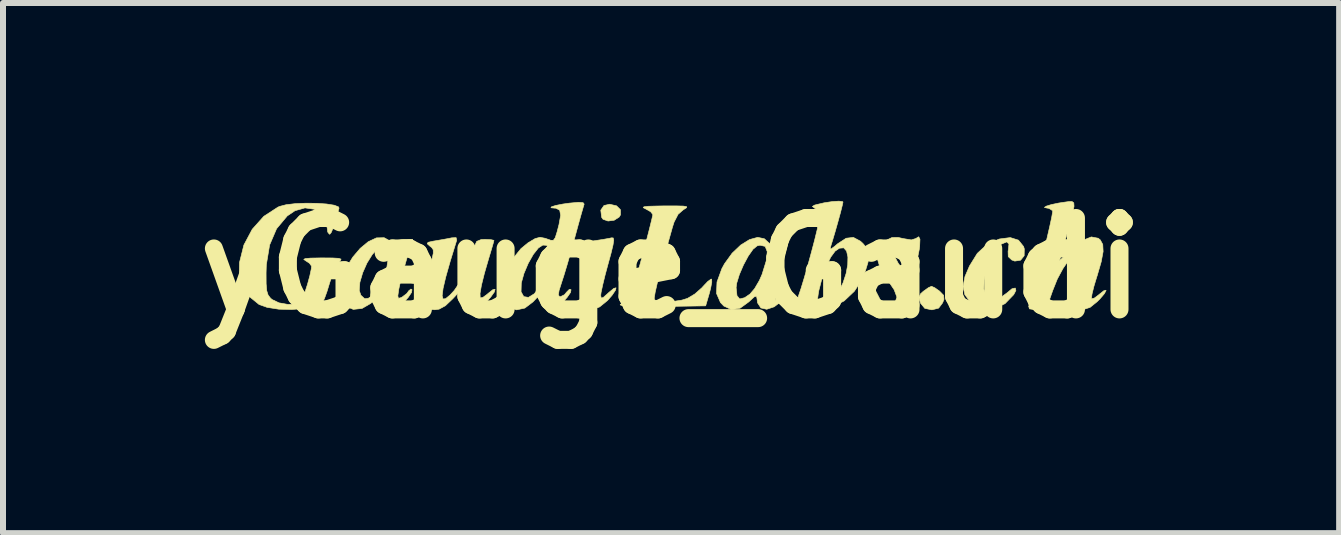
<source format=kicad_pcb>
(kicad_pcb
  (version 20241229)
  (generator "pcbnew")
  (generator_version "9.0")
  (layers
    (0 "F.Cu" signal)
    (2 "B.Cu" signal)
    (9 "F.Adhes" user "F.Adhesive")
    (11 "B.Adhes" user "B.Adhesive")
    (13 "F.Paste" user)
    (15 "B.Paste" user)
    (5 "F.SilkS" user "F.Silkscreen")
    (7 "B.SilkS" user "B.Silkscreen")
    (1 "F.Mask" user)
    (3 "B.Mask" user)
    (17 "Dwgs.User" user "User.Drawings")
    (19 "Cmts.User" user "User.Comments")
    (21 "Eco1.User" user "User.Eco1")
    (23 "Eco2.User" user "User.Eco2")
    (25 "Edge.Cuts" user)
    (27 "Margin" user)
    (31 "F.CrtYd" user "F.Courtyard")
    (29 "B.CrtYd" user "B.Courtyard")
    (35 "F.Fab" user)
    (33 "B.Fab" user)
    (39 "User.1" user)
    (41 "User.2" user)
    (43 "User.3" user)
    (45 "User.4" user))
  (footprint "yGauge_Gaudi"
    (layer "F.Cu")
    (at 8.135 1.418)
    (property "Reference" "yGauge_Gaudi" (at 0 0 0) (layer "F.SilkS") (effects (font (size 1.524 1.524) (thickness 0.3))))
    (attr through_hole)
    (fp_poly (pts (xy -0.908 -1.037) (xy -0.843 -0.972) (xy -0.843 -0.886) (xy -0.865 -0.85) (xy -0.948 -0.797) (xy -1.05 -0.784) (xy -1.133 -0.813) (xy -1.156 -0.844) (xy -1.171 -0.965) (xy -1.118 -1.042) (xy -1.024 -1.064) (xy -0.908 -1.037)) (stroke (width 0.01) (type solid)) (fill yes) (layer "F.SilkS"))
    (fp_poly (pts (xy 4.397 0.329) (xy 4.477 0.386) (xy 4.544 0.455) (xy 4.549 0.523) (xy 4.526 0.581) (xy 4.46 0.668) (xy 4.353 0.695) (xy 4.342 0.695) (xy 4.23 0.672) (xy 4.162 0.59) (xy 4.158 0.581) (xy 4.13 0.492) (xy 4.159 0.429) (xy 4.207 0.386) (xy 4.29 0.327) (xy 4.342 0.304) (xy 4.397 0.329)) (stroke (width 0.01) (type solid)) (fill yes) (layer "F.SilkS"))
    (fp_poly (pts (xy -0.964 -0.502) (xy -0.955 -0.467) (xy -0.967 -0.385) (xy -1.001 -0.244) (xy -1.047 -0.077) (xy -1.099 0.116) (xy -1.14 0.284) (xy -1.166 0.406) (xy -1.172 0.453) (xy -1.165 0.499) (xy -1.132 0.492) (xy -1.059 0.428) (xy -1.042 0.412) (xy -0.956 0.34) (xy -0.917 0.329) (xy -0.926 0.369) (xy -0.98 0.45) (xy -1.058 0.54) (xy -1.191 0.648) (xy -1.317 0.694) (xy -1.421 0.673) (xy -1.471 0.618) (xy -1.484 0.538) (xy -1.464 0.398) (xy -1.411 0.19) (xy -1.407 0.179) (xy -1.347 -0.039) (xy -1.315 -0.189) (xy -1.31 -0.286) (xy -1.333 -0.345) (xy -1.384 -0.38) (xy -1.4 -0.387) (xy -1.445 -0.41) (xy -1.427 -0.428) (xy -1.335 -0.447) (xy -1.281 -0.455) (xy -1.14 -0.476) (xy -1.027 -0.496) (xy -0.993 -0.504) (xy -0.964 -0.502)) (stroke (width 0.01) (type solid)) (fill yes) (layer "F.SilkS"))
    (fp_poly (pts (xy 5.791 -0.465) (xy 5.876 -0.359) (xy 5.888 -0.32) (xy 5.886 -0.205) (xy 5.826 -0.131) (xy 5.73 -0.116) (xy 5.679 -0.135) (xy 5.621 -0.19) (xy 5.618 -0.281) (xy 5.623 -0.307) (xy 5.632 -0.401) (xy 5.599 -0.434) (xy 5.59 -0.434) (xy 5.494 -0.394) (xy 5.401 -0.29) (xy 5.319 -0.141) (xy 5.255 0.03) (xy 5.218 0.201) (xy 5.214 0.351) (xy 5.253 0.458) (xy 5.262 0.469) (xy 5.366 0.518) (xy 5.489 0.495) (xy 5.6 0.414) (xy 5.683 0.345) (xy 5.738 0.333) (xy 5.748 0.374) (xy 5.712 0.443) (xy 5.567 0.593) (xy 5.397 0.674) (xy 5.222 0.686) (xy 5.058 0.623) (xy 4.99 0.568) (xy 4.897 0.444) (xy 4.867 0.307) (xy 4.899 0.142) (xy 4.975 -0.035) (xy 5.105 -0.245) (xy 5.258 -0.387) (xy 5.455 -0.478) (xy 5.477 -0.485) (xy 5.655 -0.508) (xy 5.791 -0.465)) (stroke (width 0.01) (type solid)) (fill yes) (layer "F.SilkS"))
    (fp_poly (pts (xy 4.149 -0.481) (xy 4.144 -0.363) (xy 4.138 -0.314) (xy 4.112 -0.183) (xy 4.078 -0.138) (xy 4.034 -0.177) (xy 3.995 -0.259) (xy 3.922 -0.367) (xy 3.828 -0.424) (xy 3.736 -0.414) (xy 3.734 -0.413) (xy 3.692 -0.341) (xy 3.711 -0.225) (xy 3.787 -0.08) (xy 3.838 -0.011) (xy 3.965 0.176) (xy 4.018 0.33) (xy 4.001 0.463) (xy 3.988 0.489) (xy 3.912 0.599) (xy 3.813 0.66) (xy 3.667 0.683) (xy 3.539 0.683) (xy 3.278 0.673) (xy 3.293 0.51) (xy 3.317 0.377) (xy 3.354 0.329) (xy 3.403 0.366) (xy 3.45 0.457) (xy 3.503 0.56) (xy 3.562 0.6) (xy 3.635 0.6) (xy 3.737 0.563) (xy 3.765 0.484) (xy 3.719 0.361) (xy 3.628 0.227) (xy 3.49 0.014) (xy 3.434 -0.17) (xy 3.459 -0.324) (xy 3.565 -0.448) (xy 3.587 -0.463) (xy 3.683 -0.509) (xy 3.787 -0.51) (xy 3.866 -0.492) (xy 4.005 -0.469) (xy 4.079 -0.492) (xy 4.128 -0.522) (xy 4.149 -0.481)) (stroke (width 0.01) (type solid)) (fill yes) (layer "F.SilkS"))
    (fp_poly (pts (xy 0.205 -1.033) (xy 0.259 -1.024) (xy 0.26 -1.007) (xy 0.218 -0.98) (xy 0.207 -0.974) (xy 0.118 -0.897) (xy 0.051 -0.767) (xy 0.024 -0.683) (xy -0.084 -0.298) (xy -0.167 0.008) (xy -0.227 0.24) (xy -0.264 0.401) (xy -0.28 0.497) (xy -0.278 0.528) (xy -0.218 0.555) (xy -0.102 0.564) (xy 0.041 0.556) (xy 0.182 0.534) (xy 0.275 0.505) (xy 0.397 0.432) (xy 0.517 0.326) (xy 0.536 0.304) (xy 0.613 0.223) (xy 0.667 0.184) (xy 0.677 0.185) (xy 0.679 0.236) (xy 0.659 0.342) (xy 0.639 0.419) (xy 0.577 0.63) (xy -0.149 0.641) (xy -0.452 0.644) (xy -0.669 0.64) (xy -0.801 0.63) (xy -0.848 0.614) (xy -0.847 0.609) (xy -0.784 0.567) (xy -0.761 0.564) (xy -0.709 0.527) (xy -0.661 0.437) (xy -0.656 0.423) (xy -0.621 0.306) (xy -0.573 0.139) (xy -0.518 -0.058) (xy -0.461 -0.269) (xy -0.406 -0.474) (xy -0.359 -0.656) (xy -0.324 -0.798) (xy -0.305 -0.88) (xy -0.304 -0.892) (xy -0.34 -0.939) (xy -0.423 -0.986) (xy -0.464 -1.007) (xy -0.452 -1.021) (xy -0.378 -1.03) (xy -0.231 -1.034) (xy -0.109 -1.036) (xy 0.086 -1.036) (xy 0.205 -1.033)) (stroke (width 0.01) (type solid)) (fill yes) (layer "F.SilkS"))
    (fp_poly (pts (xy -4.687 -0.454) (xy -4.625 -0.413) (xy -4.602 -0.427) (xy -4.564 -0.461) (xy -4.469 -0.477) (xy -4.454 -0.478) (xy -4.305 -0.478) (xy -4.408 -0.146) (xy -4.461 0.039) (xy -4.508 0.215) (xy -4.537 0.348) (xy -4.539 0.358) (xy -4.554 0.465) (xy -4.544 0.504) (xy -4.501 0.493) (xy -4.48 0.482) (xy -4.402 0.422) (xy -4.373 0.38) (xy -4.336 0.35) (xy -4.318 0.359) (xy -4.325 0.406) (xy -4.381 0.489) (xy -4.431 0.545) (xy -4.568 0.653) (xy -4.693 0.686) (xy -4.795 0.645) (xy -4.842 0.58) (xy -4.888 0.488) (xy -5.008 0.591) (xy -5.15 0.673) (xy -5.296 0.689) (xy -5.419 0.638) (xy -5.442 0.615) (xy -5.509 0.489) (xy -5.516 0.374) (xy -5.197 0.374) (xy -5.17 0.453) (xy -5.107 0.511) (xy -5.046 0.504) (xy -4.986 0.463) (xy -4.889 0.352) (xy -4.802 0.187) (xy -4.739 0.001) (xy -4.713 -0.171) (xy -4.717 -0.294) (xy -4.74 -0.353) (xy -4.789 -0.369) (xy -4.796 -0.369) (xy -4.885 -0.33) (xy -4.979 -0.227) (xy -5.068 -0.084) (xy -5.14 0.079) (xy -5.187 0.239) (xy -5.197 0.374) (xy -5.516 0.374) (xy -5.519 0.333) (xy -5.482 0.161) (xy -5.408 -0.016) (xy -5.304 -0.183) (xy -5.181 -0.328) (xy -5.047 -0.439) (xy -4.911 -0.503) (xy -4.782 -0.506) (xy -4.687 -0.454)) (stroke (width 0.01) (type solid)) (fill yes) (layer "F.SilkS"))
    (fp_poly (pts (xy 1.556 -0.488) (xy 1.597 -0.45) (xy 1.652 -0.4) (xy 1.68 -0.423) (xy 1.727 -0.457) (xy 1.813 -0.475) (xy 1.9 -0.476) (xy 1.951 -0.455) (xy 1.954 -0.445) (xy 1.942 -0.391) (xy 1.909 -0.276) (xy 1.863 -0.121) (xy 1.846 -0.065) (xy 1.795 0.113) (xy 1.757 0.276) (xy 1.738 0.392) (xy 1.737 0.409) (xy 1.737 0.536) (xy 1.845 0.434) (xy 1.934 0.364) (xy 1.975 0.356) (xy 1.969 0.398) (xy 1.912 0.479) (xy 1.855 0.541) (xy 1.719 0.646) (xy 1.595 0.687) (xy 1.498 0.665) (xy 1.442 0.58) (xy 1.433 0.509) (xy 1.424 0.468) (xy 1.387 0.48) (xy 1.308 0.552) (xy 1.299 0.561) (xy 1.151 0.669) (xy 1.009 0.693) (xy 0.88 0.633) (xy 0.824 0.575) (xy 0.758 0.423) (xy 0.762 0.325) (xy 1.085 0.325) (xy 1.099 0.46) (xy 1.144 0.515) (xy 1.227 0.494) (xy 1.316 0.433) (xy 1.393 0.343) (xy 1.473 0.206) (xy 1.517 0.106) (xy 1.586 -0.117) (xy 1.604 -0.272) (xy 1.569 -0.361) (xy 1.483 -0.381) (xy 1.435 -0.37) (xy 1.367 -0.314) (xy 1.287 -0.2) (xy 1.207 -0.051) (xy 1.139 0.107) (xy 1.095 0.25) (xy 1.085 0.325) (xy 0.762 0.325) (xy 0.766 0.232) (xy 0.847 0.01) (xy 0.891 -0.071) (xy 1.018 -0.247) (xy 1.162 -0.384) (xy 1.309 -0.475) (xy 1.445 -0.512) (xy 1.556 -0.488)) (stroke (width 0.01) (type solid)) (fill yes) (layer "F.SilkS"))
    (fp_poly (pts (xy -3.573 -0.465) (xy -3.578 -0.447) (xy -3.682 -0.109) (xy -3.756 0.152) (xy -3.8 0.34) (xy -3.815 0.46) (xy -3.801 0.515) (xy -3.758 0.511) (xy -3.685 0.451) (xy -3.613 0.373) (xy -3.511 0.223) (xy -3.408 0.018) (xy -3.319 -0.214) (xy -3.275 -0.367) (xy -3.239 -0.445) (xy -3.165 -0.475) (xy -3.1 -0.478) (xy -3.001 -0.473) (xy -2.953 -0.462) (xy -2.952 -0.46) (xy -2.964 -0.413) (xy -2.995 -0.307) (xy -3.037 -0.167) (xy -3.11 0.084) (xy -3.16 0.284) (xy -3.184 0.424) (xy -3.181 0.494) (xy -3.179 0.498) (xy -3.134 0.488) (xy -3.059 0.433) (xy -3.054 0.427) (xy -2.969 0.36) (xy -2.933 0.354) (xy -2.945 0.399) (xy -3.006 0.484) (xy -3.053 0.538) (xy -3.186 0.644) (xy -3.313 0.69) (xy -3.419 0.679) (xy -3.489 0.614) (xy -3.506 0.498) (xy -3.497 0.446) (xy -3.484 0.384) (xy -3.497 0.371) (xy -3.547 0.414) (xy -3.637 0.51) (xy -3.761 0.628) (xy -3.866 0.685) (xy -3.937 0.695) (xy -4.039 0.686) (xy -4.096 0.666) (xy -4.122 0.586) (xy -4.119 0.441) (xy -4.088 0.247) (xy -4.031 0.019) (xy -4.031 0.017) (xy -3.985 -0.146) (xy -3.963 -0.246) (xy -3.964 -0.305) (xy -3.989 -0.342) (xy -4.02 -0.366) (xy -4.064 -0.405) (xy -4.05 -0.429) (xy -3.966 -0.448) (xy -3.929 -0.454) (xy -3.789 -0.478) (xy -3.669 -0.501) (xy -3.655 -0.504) (xy -3.582 -0.507) (xy -3.573 -0.465)) (stroke (width 0.01) (type solid)) (fill yes) (layer "F.SilkS"))
    (fp_poly (pts (xy 2.86 -1.107) (xy 2.866 -1.1) (xy 2.854 -1.044) (xy 2.825 -0.928) (xy 2.783 -0.775) (xy 2.736 -0.609) (xy 2.69 -0.454) (xy 2.669 -0.387) (xy 2.653 -0.327) (xy 2.667 -0.318) (xy 2.727 -0.362) (xy 2.776 -0.404) (xy 2.918 -0.497) (xy 3.039 -0.511) (xy 3.157 -0.448) (xy 3.199 -0.409) (xy 3.267 -0.328) (xy 3.293 -0.245) (xy 3.287 -0.124) (xy 3.283 -0.096) (xy 3.207 0.155) (xy 3.056 0.386) (xy 2.886 0.547) (xy 2.724 0.634) (xy 2.538 0.683) (xy 2.356 0.688) (xy 2.208 0.647) (xy 2.183 0.631) (xy 2.116 0.56) (xy 2.117 0.539) (xy 2.439 0.539) (xy 2.451 0.592) (xy 2.495 0.607) (xy 2.514 0.608) (xy 2.611 0.578) (xy 2.696 0.517) (xy 2.792 0.394) (xy 2.866 0.249) (xy 2.917 0.095) (xy 2.945 -0.054) (xy 2.948 -0.184) (xy 2.926 -0.283) (xy 2.879 -0.337) (xy 2.806 -0.331) (xy 2.735 -0.282) (xy 2.661 -0.181) (xy 2.585 -0.021) (xy 2.516 0.172) (xy 2.464 0.372) (xy 2.455 0.423) (xy 2.439 0.539) (xy 2.117 0.539) (xy 2.12 0.477) (xy 2.124 0.465) (xy 2.166 0.342) (xy 2.219 0.168) (xy 2.278 -0.037) (xy 2.337 -0.253) (xy 2.392 -0.461) (xy 2.436 -0.641) (xy 2.466 -0.775) (xy 2.475 -0.84) (xy 2.449 -0.939) (xy 2.403 -0.991) (xy 2.356 -1.026) (xy 2.389 -1.048) (xy 2.414 -1.055) (xy 2.549 -1.087) (xy 2.686 -1.108) (xy 2.798 -1.115) (xy 2.86 -1.107)) (stroke (width 0.01) (type solid)) (fill yes) (layer "F.SilkS"))
    (fp_poly (pts (xy -5.906 -1.079) (xy -5.743 -1.068) (xy -5.615 -1.048) (xy -5.543 -1.02) (xy -5.534 -0.999) (xy -5.591 -0.798) (xy -5.633 -0.669) (xy -5.662 -0.596) (xy -5.685 -0.567) (xy -5.695 -0.564) (xy -5.723 -0.601) (xy -5.731 -0.667) (xy -5.758 -0.773) (xy -5.821 -0.884) (xy -5.946 -0.98) (xy -6.101 -1.003) (xy -6.268 -0.956) (xy -6.397 -0.869) (xy -6.575 -0.656) (xy -6.691 -0.385) (xy -6.746 -0.054) (xy -6.75 0.08) (xy -6.749 0.261) (xy -6.739 0.377) (xy -6.716 0.45) (xy -6.676 0.502) (xy -6.649 0.525) (xy -6.534 0.58) (xy -6.387 0.606) (xy -6.247 0.599) (xy -6.18 0.575) (xy -6.148 0.522) (xy -6.105 0.412) (xy -6.06 0.272) (xy -6.021 0.13) (xy -5.996 0.013) (xy -5.992 -0.032) (xy -6.026 -0.08) (xy -6.089 -0.121) (xy -6.122 -0.144) (xy -6.098 -0.158) (xy -6.008 -0.166) (xy -5.841 -0.169) (xy -5.818 -0.169) (xy -5.642 -0.168) (xy -5.54 -0.162) (xy -5.5 -0.149) (xy -5.511 -0.125) (xy -5.527 -0.112) (xy -5.577 -0.042) (xy -5.636 0.085) (xy -5.689 0.242) (xy -5.689 0.242) (xy -5.735 0.392) (xy -5.777 0.508) (xy -5.806 0.566) (xy -5.806 0.566) (xy -5.928 0.63) (xy -6.108 0.672) (xy -6.319 0.691) (xy -6.536 0.686) (xy -6.733 0.655) (xy -6.867 0.607) (xy -7.029 0.475) (xy -7.142 0.286) (xy -7.196 0.063) (xy -7.193 -0.093) (xy -7.12 -0.384) (xy -6.981 -0.646) (xy -6.788 -0.862) (xy -6.553 -1.015) (xy -6.526 -1.027) (xy -6.415 -1.056) (xy -6.262 -1.074) (xy -6.086 -1.081) (xy -5.906 -1.079)) (stroke (width 0.01) (type solid)) (fill yes) (layer "F.SilkS"))
    (fp_poly (pts (xy 6.713 -1.087) (xy 6.717 -1.03) (xy 6.698 -0.926) (xy 6.655 -0.764) (xy 6.589 -0.53) (xy 6.583 -0.507) (xy 6.476 -0.125) (xy 6.688 -0.323) (xy 6.862 -0.461) (xy 7.005 -0.519) (xy 7.12 -0.497) (xy 7.155 -0.469) (xy 7.196 -0.393) (xy 7.202 -0.275) (xy 7.17 -0.104) (xy 7.101 0.133) (xy 7.096 0.147) (xy 7.048 0.306) (xy 7.017 0.432) (xy 7.007 0.504) (xy 7.01 0.511) (xy 7.054 0.502) (xy 7.13 0.445) (xy 7.143 0.434) (xy 7.214 0.378) (xy 7.25 0.37) (xy 7.251 0.375) (xy 7.222 0.428) (xy 7.149 0.514) (xy 7.104 0.559) (xy 6.985 0.655) (xy 6.881 0.689) (xy 6.833 0.687) (xy 6.75 0.662) (xy 6.705 0.603) (xy 6.697 0.498) (xy 6.726 0.337) (xy 6.792 0.108) (xy 6.794 0.099) (xy 6.843 -0.067) (xy 6.877 -0.199) (xy 6.89 -0.278) (xy 6.888 -0.291) (xy 6.823 -0.303) (xy 6.735 -0.248) (xy 6.635 -0.14) (xy 6.532 0.009) (xy 6.438 0.184) (xy 6.362 0.374) (xy 6.356 0.391) (xy 6.3 0.549) (xy 6.246 0.64) (xy 6.176 0.683) (xy 6.074 0.694) (xy 6.063 0.694) (xy 5.974 0.68) (xy 5.961 0.637) (xy 5.995 0.534) (xy 6.041 0.376) (xy 6.095 0.178) (xy 6.153 -0.043) (xy 6.211 -0.271) (xy 6.265 -0.49) (xy 6.31 -0.684) (xy 6.343 -0.836) (xy 6.36 -0.932) (xy 6.361 -0.956) (xy 6.299 -0.995) (xy 6.261 -1.001) (xy 6.223 -1.011) (xy 6.255 -1.032) (xy 6.339 -1.058) (xy 6.458 -1.083) (xy 6.55 -1.097) (xy 6.63 -1.108) (xy 6.684 -1.109) (xy 6.713 -1.087)) (stroke (width 0.01) (type solid)) (fill yes) (layer "F.SilkS"))
    (fp_poly (pts (xy -1.466 -1.09) (xy -1.448 -1.066) (xy -1.45 -1.061) (xy -1.468 -1) (xy -1.504 -0.875) (xy -1.552 -0.702) (xy -1.604 -0.51) (xy -1.666 -0.284) (xy -1.73 -0.062) (xy -1.787 0.127) (xy -1.822 0.234) (xy -1.866 0.372) (xy -1.878 0.448) (xy -1.859 0.476) (xy -1.845 0.478) (xy -1.776 0.444) (xy -1.742 0.402) (xy -1.695 0.355) (xy -1.667 0.359) (xy -1.675 0.406) (xy -1.733 0.49) (xy -1.783 0.545) (xy -1.914 0.652) (xy -2.029 0.691) (xy -2.115 0.663) (xy -2.161 0.566) (xy -2.163 0.552) (xy -2.177 0.431) (xy -2.3 0.563) (xy -2.437 0.667) (xy -2.575 0.697) (xy -2.698 0.654) (xy -2.762 0.585) (xy -2.813 0.434) (xy -2.811 0.395) (xy -2.5 0.395) (xy -2.455 0.476) (xy -2.377 0.489) (xy -2.28 0.429) (xy -2.202 0.333) (xy -2.146 0.223) (xy -2.091 0.074) (xy -2.045 -0.085) (xy -2.016 -0.225) (xy -2.012 -0.32) (xy -2.015 -0.331) (xy -2.074 -0.379) (xy -2.137 -0.383) (xy -2.211 -0.335) (xy -2.297 -0.226) (xy -2.381 -0.077) (xy -2.452 0.091) (xy -2.496 0.249) (xy -2.5 0.395) (xy -2.811 0.395) (xy -2.804 0.248) (xy -2.745 0.046) (xy -2.641 -0.151) (xy -2.502 -0.323) (xy -2.382 -0.422) (xy -2.266 -0.491) (xy -2.184 -0.513) (xy -2.098 -0.496) (xy -2.078 -0.489) (xy -2.006 -0.463) (xy -1.961 -0.463) (xy -1.93 -0.506) (xy -1.899 -0.604) (xy -1.867 -0.728) (xy -1.84 -0.879) (xy -1.856 -0.965) (xy -1.92 -0.998) (xy -1.942 -0.999) (xy -2.002 -1.005) (xy -1.991 -1.022) (xy -1.92 -1.044) (xy -1.803 -1.067) (xy -1.695 -1.082) (xy -1.544 -1.096) (xy -1.466 -1.09)) (stroke (width 0.01) (type solid)) (fill yes) (layer "F.SilkS")))
  (gr_rect
    (start -3 -3)
    (end 19.271 5.836)
    (stroke (width 0.1) (type default))
    (fill no)
    (layer "Edge.Cuts")))
</source>
